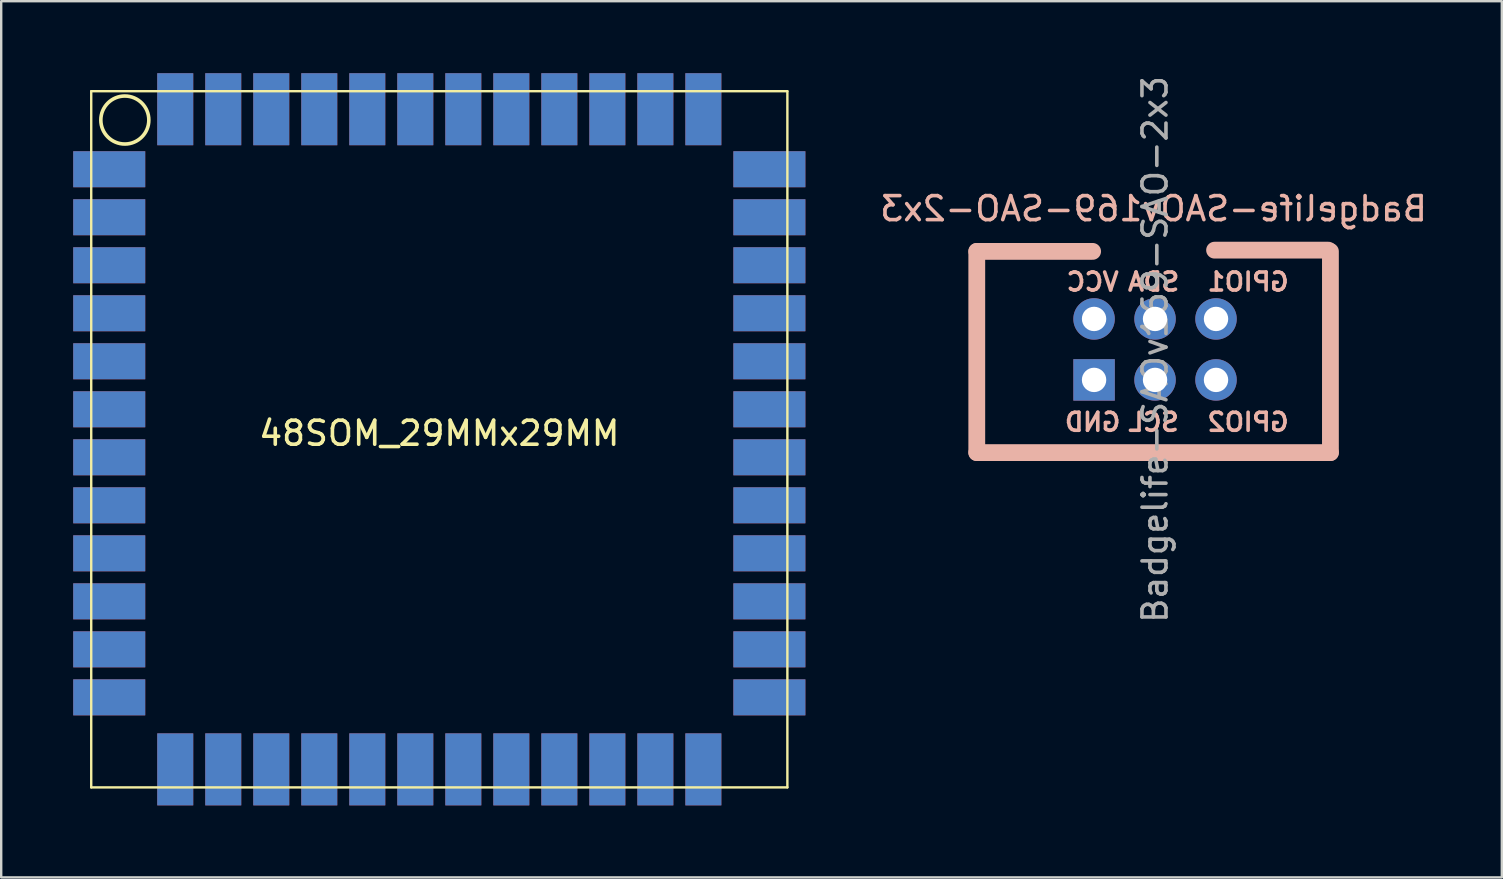
<source format=kicad_pcb>
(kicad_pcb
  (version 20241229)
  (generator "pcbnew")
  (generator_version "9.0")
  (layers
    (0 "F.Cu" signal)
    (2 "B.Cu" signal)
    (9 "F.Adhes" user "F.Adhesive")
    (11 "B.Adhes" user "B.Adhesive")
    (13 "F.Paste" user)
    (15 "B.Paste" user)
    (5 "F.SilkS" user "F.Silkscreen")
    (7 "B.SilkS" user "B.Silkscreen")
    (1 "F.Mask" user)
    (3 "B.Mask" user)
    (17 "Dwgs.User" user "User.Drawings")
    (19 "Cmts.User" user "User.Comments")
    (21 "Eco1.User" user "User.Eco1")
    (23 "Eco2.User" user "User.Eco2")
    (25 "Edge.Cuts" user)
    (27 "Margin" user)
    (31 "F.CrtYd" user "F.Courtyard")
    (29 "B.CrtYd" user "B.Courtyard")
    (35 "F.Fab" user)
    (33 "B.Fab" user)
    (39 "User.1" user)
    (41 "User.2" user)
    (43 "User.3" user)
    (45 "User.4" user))
  (footprint "48SOM_29MMx29MM"
    (layer "F.Cu")
    (at 0.75 0.75)
    (property "Reference" "48SOM_29MMx29MM" (at 14.5 14.25 0) (layer "F.SilkS") (effects (font (size 1 1) (thickness 0.15))))
    (attr through_hole)
    (fp_line (start 0 0) (end 29 0) (stroke (width 0.1) (type solid)) (layer "F.SilkS"))
    (fp_line (start 0 29) (end 0 0) (stroke (width 0.1) (type solid)) (layer "F.SilkS"))
    (fp_line (start 29 0) (end 29 29) (stroke (width 0.1) (type solid)) (layer "F.SilkS"))
    (fp_line (start 29 29) (end 0 29) (stroke (width 0.1) (type solid)) (layer "F.SilkS"))
    (fp_circle (center 1.4 1.2) (end 2.4 1.2) (stroke (width 0.15) (type solid)) (fill no) (layer "F.SilkS"))
    (pad "1" smd rect (at 0.75 3.25) (size 3 1.5) (layers "F.Cu" "F.Mask"))
    (pad "1" smd rect (at 0.75 3.25) (size 3 1.5) (layers "B.Cu" "B.Mask"))
    (pad "2" smd rect (at 0.75 5.25) (size 3 1.5) (layers "F.Cu" "F.Mask"))
    (pad "2" smd rect (at 0.75 5.25) (size 3 1.5) (layers "B.Cu" "B.Mask"))
    (pad "3" smd rect (at 0.75 7.25) (size 3 1.5) (layers "F.Cu" "F.Mask"))
    (pad "3" smd rect (at 0.75 7.25) (size 3 1.5) (layers "B.Cu" "B.Mask"))
    (pad "4" smd rect (at 0.75 9.25) (size 3 1.5) (layers "F.Cu" "F.Mask"))
    (pad "4" smd rect (at 0.75 9.25) (size 3 1.5) (layers "B.Cu" "B.Mask"))
    (pad "5" smd rect (at 0.75 11.25) (size 3 1.5) (layers "F.Cu" "F.Mask"))
    (pad "5" smd rect (at 0.75 11.25) (size 3 1.5) (layers "B.Cu" "B.Mask"))
    (pad "6" smd rect (at 0.75 13.25) (size 3 1.5) (layers "F.Cu" "F.Mask"))
    (pad "6" smd rect (at 0.75 13.25) (size 3 1.5) (layers "B.Cu" "B.Mask"))
    (pad "7" smd rect (at 0.75 15.25) (size 3 1.5) (layers "F.Cu" "F.Mask"))
    (pad "7" smd rect (at 0.75 15.25) (size 3 1.5) (layers "B.Cu" "B.Mask"))
    (pad "8" smd rect (at 0.75 17.25) (size 3 1.5) (layers "F.Cu" "F.Mask"))
    (pad "8" smd rect (at 0.75 17.25) (size 3 1.5) (layers "B.Cu" "B.Mask"))
    (pad "9" smd rect (at 0.75 19.25) (size 3 1.5) (layers "F.Cu" "F.Mask"))
    (pad "9" smd rect (at 0.75 19.25) (size 3 1.5) (layers "B.Cu" "B.Mask"))
    (pad "10" smd rect (at 0.75 21.25) (size 3 1.5) (layers "F.Cu" "F.Mask"))
    (pad "10" smd rect (at 0.75 21.25) (size 3 1.5) (layers "B.Cu" "B.Mask"))
    (pad "11" smd rect (at 0.75 23.25) (size 3 1.5) (layers "F.Cu" "F.Mask"))
    (pad "11" smd rect (at 0.75 23.25) (size 3 1.5) (layers "B.Cu" "B.Mask"))
    (pad "12" smd rect (at 0.75 25.25) (size 3 1.5) (layers "F.Cu" "F.Mask"))
    (pad "12" smd rect (at 0.75 25.25) (size 3 1.5) (layers "B.Cu" "B.Mask"))
    (pad "13" smd rect (at 3.5 28.25 270) (size 3 1.5) (layers "F.Cu" "F.Mask"))
    (pad "13" smd rect (at 3.5 28.25 270) (size 3 1.5) (layers "B.Cu" "B.Mask"))
    (pad "14" smd rect (at 5.5 28.25 270) (size 3 1.5) (layers "F.Cu" "F.Mask"))
    (pad "14" smd rect (at 5.5 28.25 270) (size 3 1.5) (layers "B.Cu" "B.Mask"))
    (pad "15" smd rect (at 7.5 28.25 270) (size 3 1.5) (layers "F.Cu" "F.Mask"))
    (pad "15" smd rect (at 7.5 28.25 270) (size 3 1.5) (layers "B.Cu" "B.Mask"))
    (pad "16" smd rect (at 9.5 28.25 270) (size 3 1.5) (layers "F.Cu" "F.Mask"))
    (pad "16" smd rect (at 9.5 28.25 270) (size 3 1.5) (layers "B.Cu" "B.Mask"))
    (pad "17" smd rect (at 11.5 28.25 270) (size 3 1.5) (layers "F.Cu" "F.Mask"))
    (pad "17" smd rect (at 11.5 28.25 270) (size 3 1.5) (layers "B.Cu" "B.Mask"))
    (pad "18" smd rect (at 13.5 28.25 270) (size 3 1.5) (layers "F.Cu" "F.Mask"))
    (pad "18" smd rect (at 13.5 28.25 270) (size 3 1.5) (layers "B.Cu" "B.Mask"))
    (pad "19" smd rect (at 15.5 28.25 270) (size 3 1.5) (layers "F.Cu" "F.Mask"))
    (pad "19" smd rect (at 15.5 28.25 270) (size 3 1.5) (layers "B.Cu" "B.Mask"))
    (pad "20" smd rect (at 17.5 28.25 270) (size 3 1.5) (layers "F.Cu" "F.Mask"))
    (pad "20" smd rect (at 17.5 28.25 270) (size 3 1.5) (layers "B.Cu" "B.Mask"))
    (pad "21" smd rect (at 19.5 28.25 270) (size 3 1.5) (layers "F.Cu" "F.Mask"))
    (pad "21" smd rect (at 19.5 28.25 270) (size 3 1.5) (layers "B.Cu" "B.Mask"))
    (pad "22" smd rect (at 21.5 28.25 270) (size 3 1.5) (layers "F.Cu" "F.Mask"))
    (pad "22" smd rect (at 21.5 28.25 270) (size 3 1.5) (layers "B.Cu" "B.Mask"))
    (pad "23" smd rect (at 23.5 28.25 270) (size 3 1.5) (layers "F.Cu" "F.Mask"))
    (pad "23" smd rect (at 23.5 28.25 270) (size 3 1.5) (layers "B.Cu" "B.Mask"))
    (pad "24" smd rect (at 25.5 28.25 270) (size 3 1.5) (layers "F.Cu" "F.Mask"))
    (pad "24" smd rect (at 25.5 28.25 270) (size 3 1.5) (layers "B.Cu" "B.Mask"))
    (pad "25" smd rect (at 28.25 25.25 180) (size 3 1.5) (layers "F.Cu" "F.Mask"))
    (pad "25" smd rect (at 28.25 25.25 180) (size 3 1.5) (layers "B.Cu" "B.Mask"))
    (pad "26" smd rect (at 28.25 23.25 180) (size 3 1.5) (layers "F.Cu" "F.Mask"))
    (pad "26" smd rect (at 28.25 23.25 180) (size 3 1.5) (layers "B.Cu" "B.Mask"))
    (pad "27" smd rect (at 28.25 21.25 180) (size 3 1.5) (layers "F.Cu" "F.Mask"))
    (pad "27" smd rect (at 28.25 21.25 180) (size 3 1.5) (layers "B.Cu" "B.Mask"))
    (pad "28" smd rect (at 28.25 19.25 180) (size 3 1.5) (layers "F.Cu" "F.Mask"))
    (pad "28" smd rect (at 28.25 19.25 180) (size 3 1.5) (layers "B.Cu" "B.Mask"))
    (pad "29" smd rect (at 28.25 17.25 180) (size 3 1.5) (layers "F.Cu" "F.Mask"))
    (pad "29" smd rect (at 28.25 17.25 180) (size 3 1.5) (layers "B.Cu" "B.Mask"))
    (pad "30" smd rect (at 28.25 15.25 180) (size 3 1.5) (layers "F.Cu" "F.Mask"))
    (pad "30" smd rect (at 28.25 15.25 180) (size 3 1.5) (layers "B.Cu" "B.Mask"))
    (pad "31" smd rect (at 28.25 13.25 180) (size 3 1.5) (layers "F.Cu" "F.Mask"))
    (pad "31" smd rect (at 28.25 13.25 180) (size 3 1.5) (layers "B.Cu" "B.Mask"))
    (pad "32" smd rect (at 28.25 11.25 180) (size 3 1.5) (layers "F.Cu" "F.Mask"))
    (pad "32" smd rect (at 28.25 11.25 180) (size 3 1.5) (layers "B.Cu" "B.Mask"))
    (pad "33" smd rect (at 28.25 9.25 180) (size 3 1.5) (layers "F.Cu" "F.Mask"))
    (pad "33" smd rect (at 28.25 9.25 180) (size 3 1.5) (layers "B.Cu" "B.Mask"))
    (pad "34" smd rect (at 28.25 7.25 180) (size 3 1.5) (layers "F.Cu" "F.Mask"))
    (pad "34" smd rect (at 28.25 7.25 180) (size 3 1.5) (layers "B.Cu" "B.Mask"))
    (pad "35" smd rect (at 28.25 5.25 180) (size 3 1.5) (layers "F.Cu" "F.Mask"))
    (pad "35" smd rect (at 28.25 5.25 180) (size 3 1.5) (layers "B.Cu" "B.Mask"))
    (pad "36" smd rect (at 28.25 3.25 180) (size 3 1.5) (layers "F.Cu" "F.Mask"))
    (pad "36" smd rect (at 28.25 3.25 180) (size 3 1.5) (layers "B.Cu" "B.Mask"))
    (pad "37" smd rect (at 25.5 0.75 270) (size 3 1.5) (layers "F.Cu" "F.Mask"))
    (pad "37" smd rect (at 25.5 0.75 270) (size 3 1.5) (layers "B.Cu" "B.Mask"))
    (pad "38" smd rect (at 23.5 0.75 270) (size 3 1.5) (layers "F.Cu" "F.Mask"))
    (pad "38" smd rect (at 23.5 0.75 270) (size 3 1.5) (layers "B.Cu" "B.Mask"))
    (pad "39" smd rect (at 21.5 0.75 270) (size 3 1.5) (layers "F.Cu" "F.Mask"))
    (pad "39" smd rect (at 21.5 0.75 270) (size 3 1.5) (layers "B.Cu" "B.Mask"))
    (pad "40" smd rect (at 19.5 0.75 270) (size 3 1.5) (layers "F.Cu" "F.Mask"))
    (pad "40" smd rect (at 19.5 0.75 270) (size 3 1.5) (layers "B.Cu" "B.Mask"))
    (pad "41" smd rect (at 17.5 0.75 270) (size 3 1.5) (layers "F.Cu" "F.Mask"))
    (pad "41" smd rect (at 17.5 0.75 270) (size 3 1.5) (layers "B.Cu" "B.Mask"))
    (pad "42" smd rect (at 15.5 0.75 270) (size 3 1.5) (layers "F.Cu" "F.Mask"))
    (pad "42" smd rect (at 15.5 0.75 270) (size 3 1.5) (layers "B.Cu" "B.Mask"))
    (pad "43" smd rect (at 13.5 0.75 270) (size 3 1.5) (layers "F.Cu" "F.Mask"))
    (pad "43" smd rect (at 13.5 0.75 270) (size 3 1.5) (layers "B.Cu" "B.Mask"))
    (pad "44" smd rect (at 11.5 0.75 270) (size 3 1.5) (layers "F.Cu" "F.Mask"))
    (pad "44" smd rect (at 11.5 0.75 270) (size 3 1.5) (layers "B.Cu" "B.Mask"))
    (pad "45" smd rect (at 9.5 0.75 270) (size 3 1.5) (layers "F.Cu" "F.Mask"))
    (pad "45" smd rect (at 9.5 0.75 270) (size 3 1.5) (layers "B.Cu" "B.Mask"))
    (pad "46" smd rect (at 7.5 0.75 270) (size 3 1.5) (layers "F.Cu" "F.Mask"))
    (pad "46" smd rect (at 7.5 0.75 270) (size 3 1.5) (layers "B.Cu" "B.Mask"))
    (pad "47" smd rect (at 5.5 0.75 270) (size 3 1.5) (layers "F.Cu" "F.Mask"))
    (pad "47" smd rect (at 5.5 0.75 270) (size 3 1.5) (layers "B.Cu" "B.Mask"))
    (pad "48" smd rect (at 3.5 0.75 270) (size 3 1.5) (layers "F.Cu" "F.Mask"))
    (pad "48" smd rect (at 3.5 0.75 270) (size 3 1.5) (layers "B.Cu" "B.Mask")))
  (footprint "Badgelife-SAOv169-SAO-2x3"
    (layer "F.Cu")
    (at 45.006 11.486)
    (property "Reference" "Badgelife-SAOv169-SAO-2x3" (at 0 -5.842 0) (layer "B.SilkS") (effects (font (size 1 1) (thickness 0.15)) (justify mirror)))
    (attr through_hole)
    (fp_line (start -7.366 -4.064) (end -7.366 4.318) (stroke (width 0.7) (type solid)) (layer "B.SilkS"))
    (fp_line (start -7.366 4.318) (end 7.366 4.318) (stroke (width 0.7) (type solid)) (layer "B.SilkS"))
    (fp_line (start -2.54 -4.064) (end -7.366 -4.064) (stroke (width 0.7) (type solid)) (layer "B.SilkS"))
    (fp_line (start 7.28 -4.115) (end 2.54 -4.115) (stroke (width 0.7) (type solid)) (layer "B.SilkS"))
    (fp_line (start 7.366 4.318) (end 7.366 -4.064) (stroke (width 0.7) (type solid)) (layer "B.SilkS"))
    (fp_text user "GPIO1" (at 3.937 -2.794 0) (unlocked yes) (layer "B.SilkS") (effects (font (size 0.75 0.75) (thickness 0.15)) (justify mirror)))
    (fp_text user "SDA" (at 0 -2.794 0) (unlocked yes) (layer "B.SilkS") (effects (font (size 0.75 0.75) (thickness 0.15)) (justify mirror)))
    (fp_text user "GND" (at -2.54 3.048 0) (unlocked yes) (layer "B.SilkS") (effects (font (size 0.75 0.75) (thickness 0.15)) (justify mirror)))
    (fp_text user "VCC" (at -2.54 -2.794 0) (unlocked yes) (layer "B.SilkS") (effects (font (size 0.75 0.75) (thickness 0.15)) (justify mirror)))
    (fp_text user "SCL" (at 0 3.048 0) (layer "B.SilkS") (effects (font (size 0.75 0.75) (thickness 0.15)) (justify mirror)))
    (fp_text user "GPIO2" (at 3.937 3.048 0) (layer "B.SilkS") (effects (font (size 0.75 0.75) (thickness 0.15)) (justify mirror)))
    (fp_text user "${REFERENCE}" (at 0.06 0.02 270) (layer "F.Fab") (effects (font (size 1 1) (thickness 0.15))))
    (pad "1" thru_hole oval (at -2.48 -1.25 270) (size 1.727 1.727) (drill 1.016) (layers "*.Cu" "*.Mask"))
    (pad "2" thru_hole rect (at -2.48 1.29 270) (size 1.727 1.727) (drill 1.016) (layers "*.Cu" "*.Mask"))
    (pad "3" thru_hole oval (at 0.06 -1.25 270) (size 1.727 1.727) (drill 1.016) (layers "*.Cu" "*.Mask"))
    (pad "4" thru_hole oval (at 0.06 1.29 270) (size 1.727 1.727) (drill 1.016) (layers "*.Cu" "*.Mask"))
    (pad "5" thru_hole circle (at 2.6 -1.25 270) (size 1.727 1.727) (drill 1.016) (layers "*.Cu" "*.Mask"))
    (pad "6" thru_hole circle (at 2.6 1.29 270) (size 1.727 1.727) (drill 1.016) (layers "*.Cu" "*.Mask")))
  (gr_rect
    (start -3 -3)
    (end 59.512 33.5)
    (stroke (width 0.1) (type default))
    (fill no)
    (layer "Edge.Cuts")))
</source>
